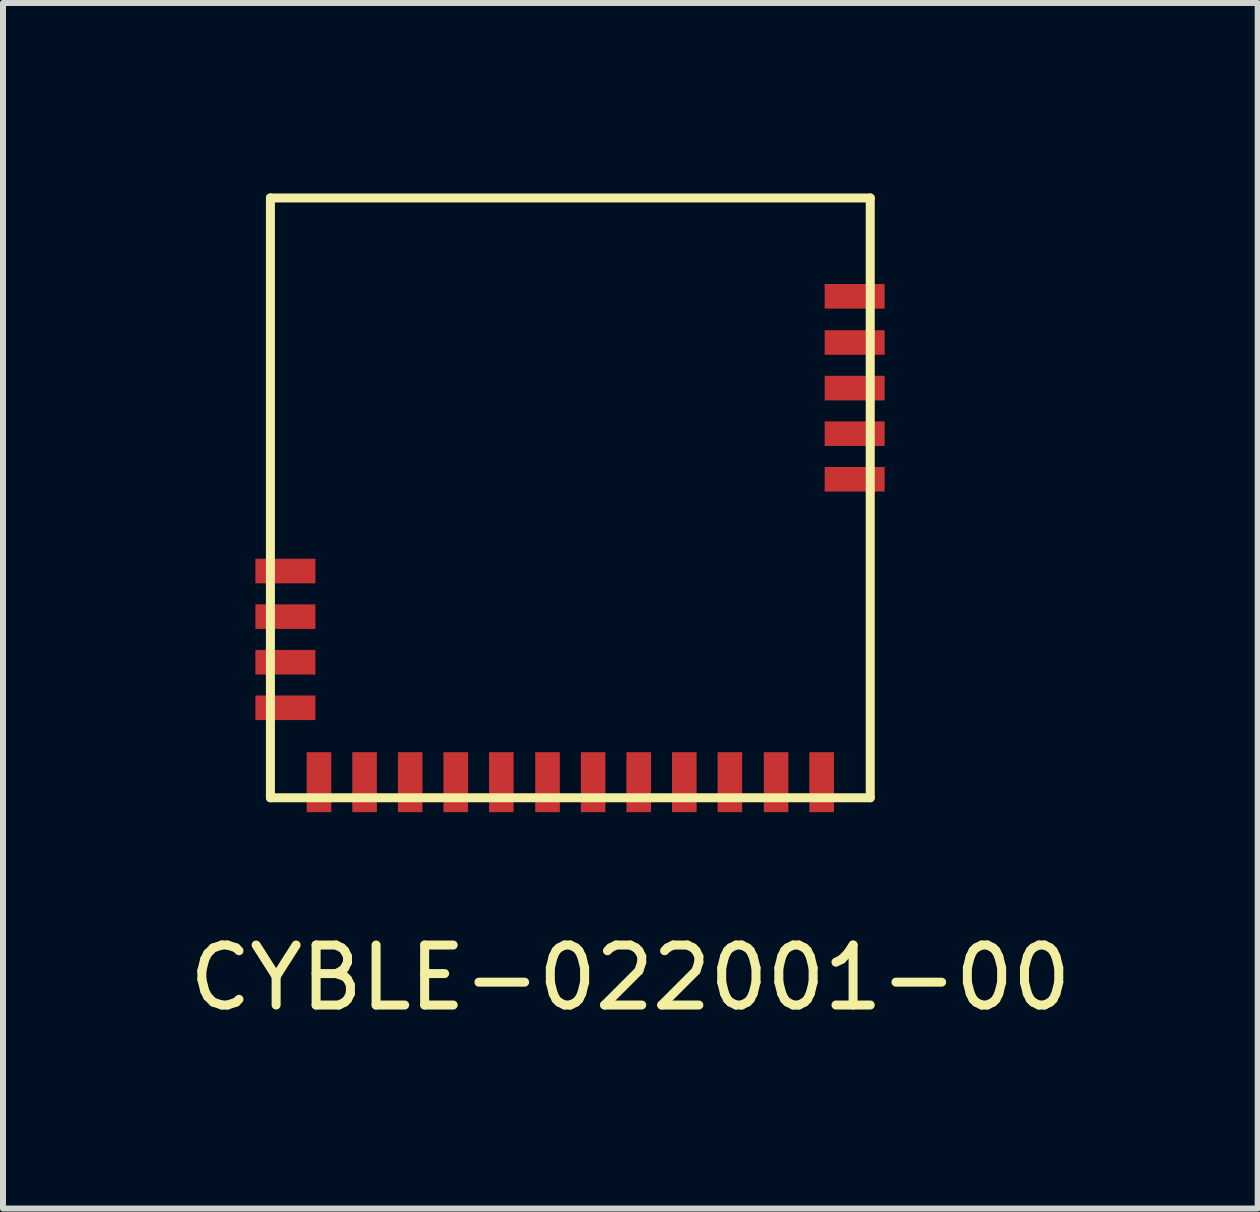
<source format=kicad_pcb>
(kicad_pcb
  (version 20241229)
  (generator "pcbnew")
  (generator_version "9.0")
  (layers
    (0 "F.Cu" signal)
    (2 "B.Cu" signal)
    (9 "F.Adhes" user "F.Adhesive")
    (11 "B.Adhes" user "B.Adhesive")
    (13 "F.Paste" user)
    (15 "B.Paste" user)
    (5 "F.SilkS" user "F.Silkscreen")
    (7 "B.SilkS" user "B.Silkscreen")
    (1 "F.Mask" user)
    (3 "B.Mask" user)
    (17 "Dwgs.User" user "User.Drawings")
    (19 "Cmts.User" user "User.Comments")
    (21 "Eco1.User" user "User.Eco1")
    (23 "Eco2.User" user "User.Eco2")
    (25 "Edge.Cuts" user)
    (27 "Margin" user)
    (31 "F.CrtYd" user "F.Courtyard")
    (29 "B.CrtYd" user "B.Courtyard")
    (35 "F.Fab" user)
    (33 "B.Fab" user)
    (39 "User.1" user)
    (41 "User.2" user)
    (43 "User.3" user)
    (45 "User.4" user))
  (footprint "CYBLE-022001-00"
    (layer "F.Cu")
    (at 11.458 0.25)
    (property "Reference" "CYBLE-022001-00" (at -4 13 0) (layer "F.SilkS") (effects (font (size 1 1) (thickness 0.15))))
    (attr through_hole)
    (fp_line (start -10 0) (end -10 10) (stroke (width 0.15) (type solid)) (layer "F.SilkS"))
    (fp_line (start -10 10) (end 0 10) (stroke (width 0.15) (type solid)) (layer "F.SilkS"))
    (fp_line (start 0 0) (end -10 0) (stroke (width 0.15) (type solid)) (layer "F.SilkS"))
    (fp_line (start 0 10) (end 0 0) (stroke (width 0.15) (type solid)) (layer "F.SilkS"))
    (pad "1" smd rect (at -0.26 1.64) (size 1 0.41) (layers "F.Cu" "F.Mask" "F.Paste"))
    (pad "2" smd rect (at -0.26 2.41) (size 1 0.41) (layers "F.Cu" "F.Mask" "F.Paste"))
    (pad "3" smd rect (at -0.26 3.17) (size 1 0.41) (layers "F.Cu" "F.Mask" "F.Paste"))
    (pad "4" smd rect (at -0.26 3.93) (size 1 0.41) (layers "F.Cu" "F.Mask" "F.Paste"))
    (pad "5" smd rect (at -0.26 4.69) (size 1 0.41) (layers "F.Cu" "F.Mask" "F.Paste"))
    (pad "6" smd rect (at -0.81 9.74 90) (size 1 0.41) (layers "F.Cu" "F.Mask" "F.Paste"))
    (pad "7" smd rect (at -1.57 9.74 90) (size 1 0.41) (layers "F.Cu" "F.Mask" "F.Paste"))
    (pad "8" smd rect (at -2.34 9.74 90) (size 1 0.41) (layers "F.Cu" "F.Mask" "F.Paste"))
    (pad "9" smd rect (at -3.1 9.74 90) (size 1 0.41) (layers "F.Cu" "F.Mask" "F.Paste"))
    (pad "10" smd rect (at -3.86 9.74 90) (size 1 0.41) (layers "F.Cu" "F.Mask" "F.Paste"))
    (pad "11" smd rect (at -4.62 9.74 90) (size 1 0.41) (layers "F.Cu" "F.Mask" "F.Paste"))
    (pad "12" smd rect (at -5.38 9.74 90) (size 1 0.41) (layers "F.Cu" "F.Mask" "F.Paste"))
    (pad "13" smd rect (at -6.15 9.74 90) (size 1 0.41) (layers "F.Cu" "F.Mask" "F.Paste"))
    (pad "14" smd rect (at -6.91 9.74 90) (size 1 0.41) (layers "F.Cu" "F.Mask" "F.Paste"))
    (pad "15" smd rect (at -7.67 9.74 90) (size 1 0.41) (layers "F.Cu" "F.Mask" "F.Paste"))
    (pad "16" smd rect (at -8.43 9.74 90) (size 1 0.41) (layers "F.Cu" "F.Mask" "F.Paste"))
    (pad "17" smd rect (at -9.19 9.74 90) (size 1 0.41) (layers "F.Cu" "F.Mask" "F.Paste"))
    (pad "18" smd rect (at -9.75 8.5) (size 1 0.41) (layers "F.Cu" "F.Mask" "F.Paste"))
    (pad "19" smd rect (at -9.75 7.74) (size 1 0.41) (layers "F.Cu" "F.Mask" "F.Paste"))
    (pad "20" smd rect (at -9.75 6.22) (size 1 0.41) (layers "F.Cu" "F.Mask" "F.Paste"))
    (pad "20" smd rect (at -9.75 6.98) (size 1 0.41) (layers "F.Cu" "F.Mask" "F.Paste")))
  (gr_rect
    (start -3 -3)
    (end 17.917 17.098)
    (stroke (width 0.1) (type default))
    (fill no)
    (layer "Edge.Cuts")))
</source>
